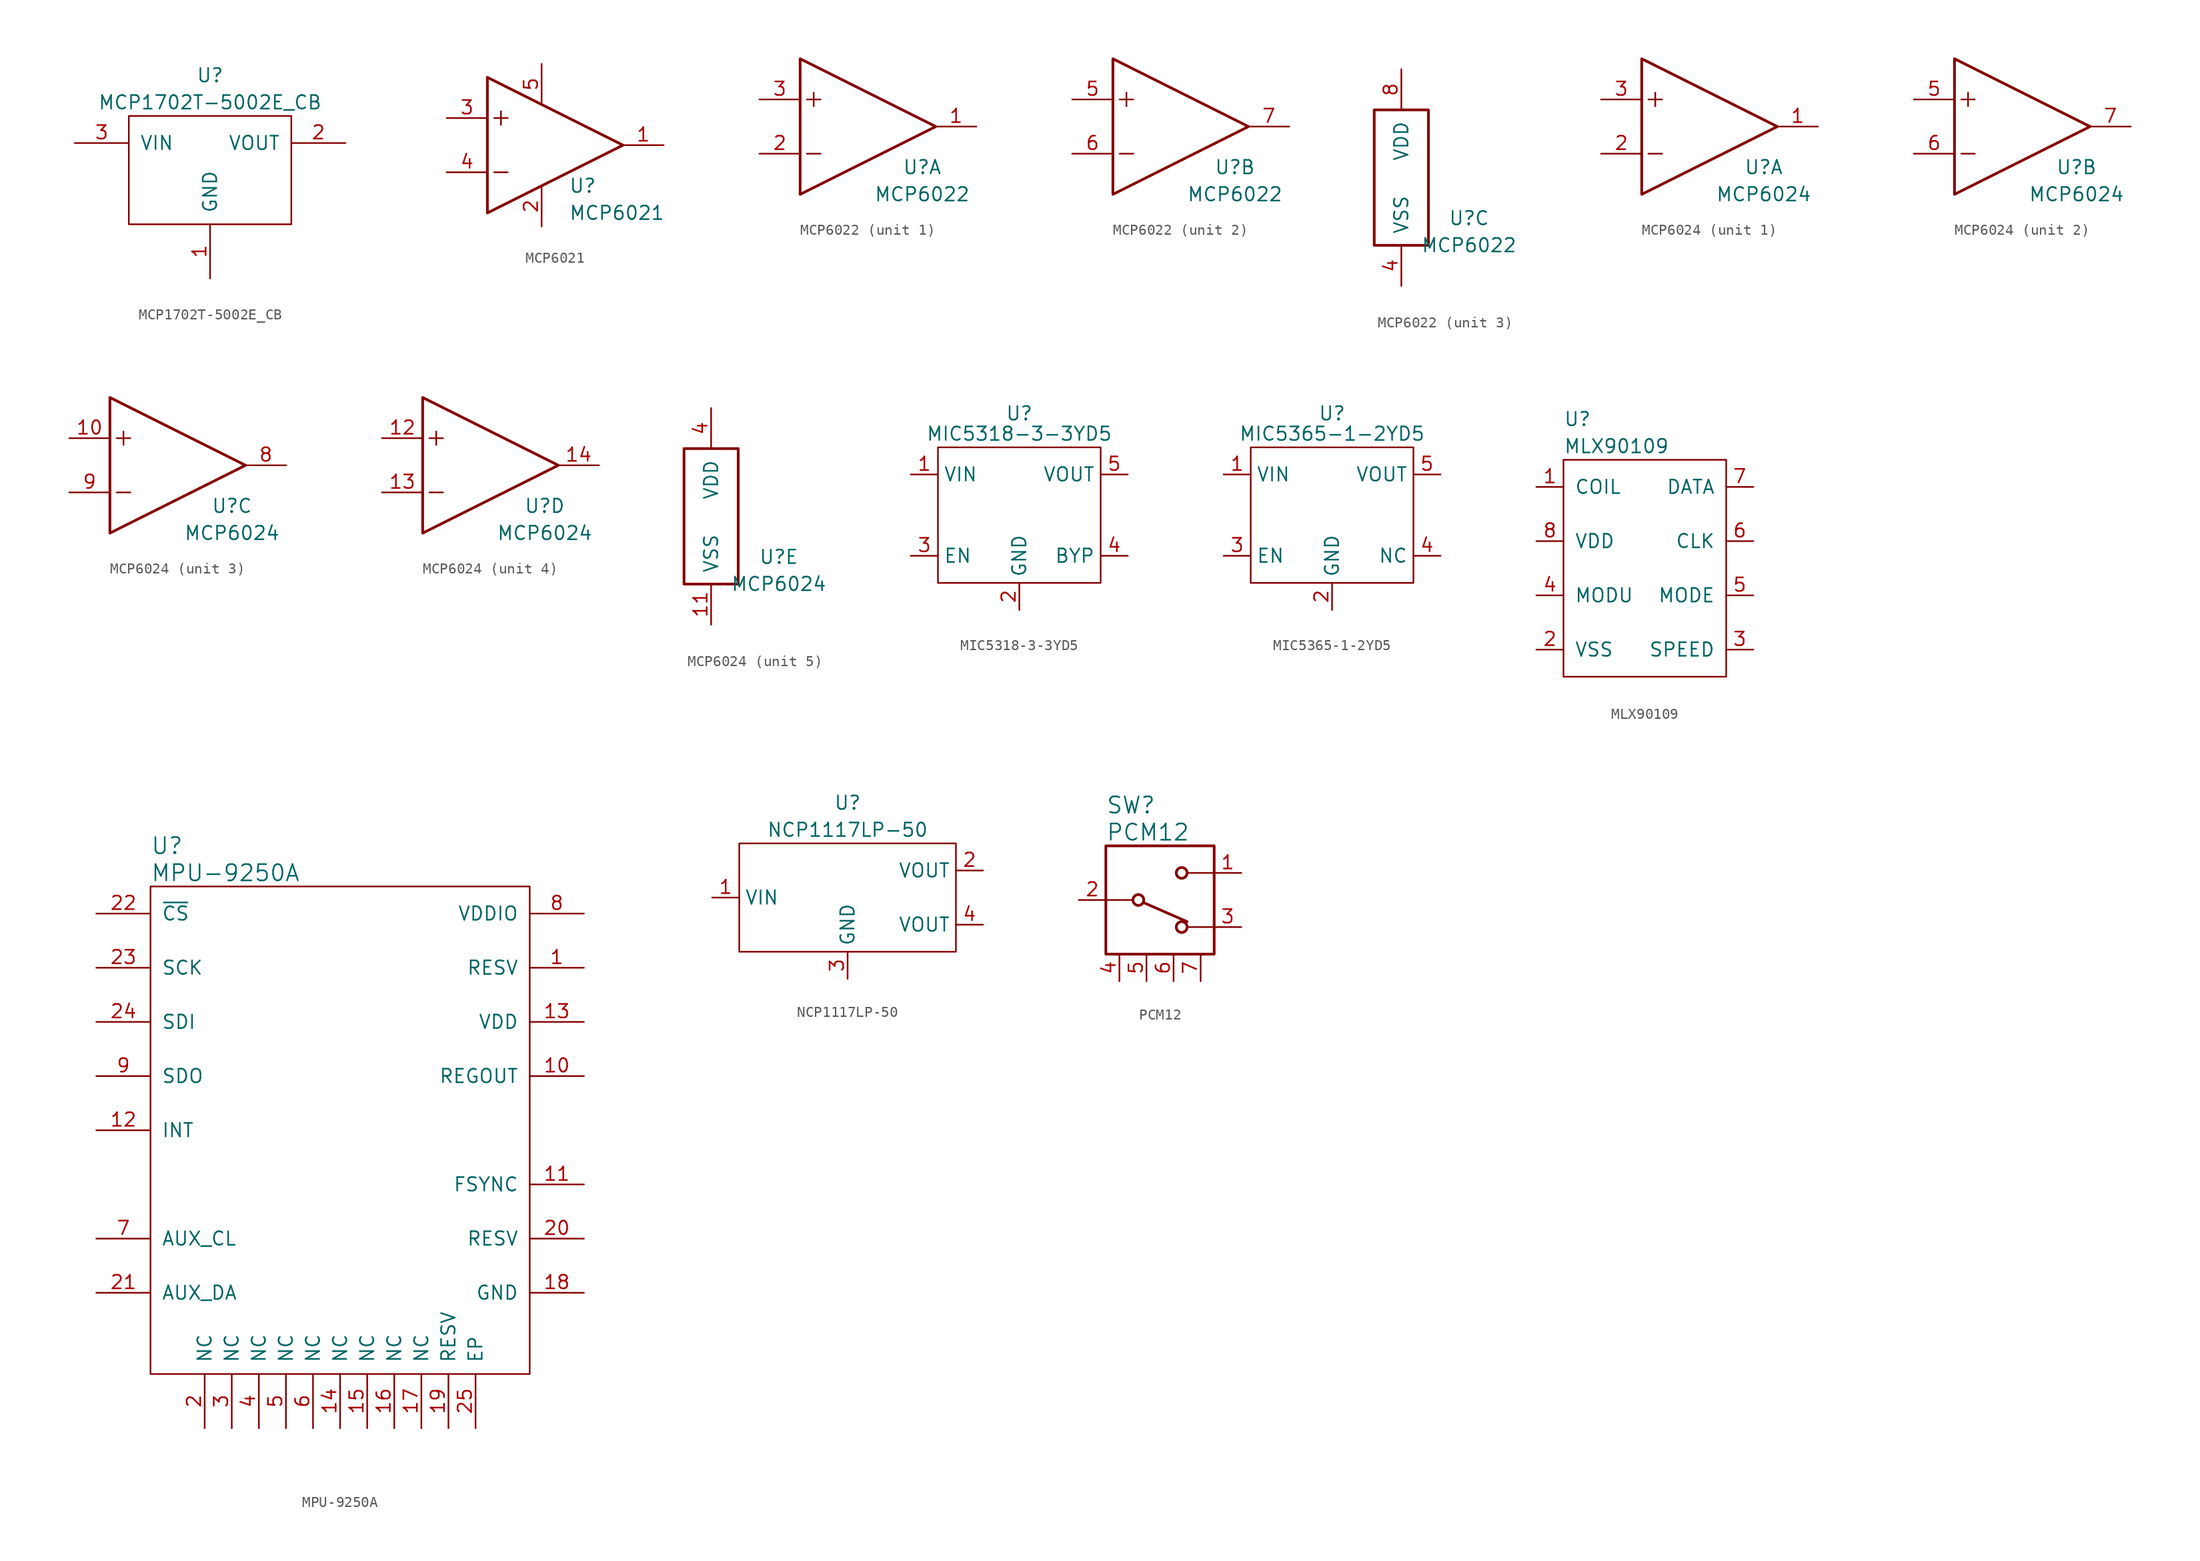
<source format=kicad_sym>
(kicad_symbol_lib
  (version 20231120)
  (generator "kicad_symbol_editor")
  (generator_version "8.0")
  (symbol "MCP1702T-5002E_CB"
    (pin_names
      (offset 1.016))
    (property "Reference" "U"
      (at 0 8.89 0)
      (effects (font (size 1.27 1.27))))
    (property "Value" "MCP1702T-5002E_CB"
      (at 0 6.35 0)
      (effects (font (size 1.27 1.27))))
    (symbol "MCP1702T-5002E_CB_0_1"
      (rectangle (start -7.62 5.08) (end 7.62 -5.08) (stroke (width 0) (type default)) (fill (type none))))
    (symbol "MCP1702T-5002E_CB_1_1"
      (pin input line (at 0 -10.16 90) (length 5.08) (name "GND" (effects (font (size 1.27 1.27)))) (number "1" (effects (font (size 1.27 1.27)))))
      (pin input line (at 12.7 2.54 180) (length 5.08) (name "VOUT" (effects (font (size 1.27 1.27)))) (number "2" (effects (font (size 1.27 1.27)))))
      (pin input line (at -12.7 2.54 0) (length 5.08) (name "VIN" (effects (font (size 1.27 1.27)))) (number "3" (effects (font (size 1.27 1.27)))))))
  (symbol "MCP6021"
    (property "Reference" "U"
      (at 2.54 -3.81 0)
      (effects (font (size 1.27 1.27)) (justify left)))
    (property "Value" "MCP6021"
      (at 2.54 -6.35 0)
      (effects (font (size 1.27 1.27)) (justify left)))
    (symbol "MCP6021_0_1"
      (polyline (pts (xy -4.445 -2.54) (xy -3.175 -2.54)) (stroke (width 0) (type default)) (fill (type none)))
      (polyline (pts (xy -4.445 2.54) (xy -3.175 2.54)) (stroke (width 0) (type default)) (fill (type none)))
      (polyline (pts (xy -3.81 3.175) (xy -3.81 1.905)) (stroke (width 0) (type default)) (fill (type none)))
      (polyline (pts (xy -5.08 6.35) (xy 7.62 0) (xy -5.08 -6.35) (xy -5.08 6.35)) (stroke (width 0.254) (type default)) (fill (type none)))
      (pin power_in line (at 0 -7.62 90) (length 3.81) (name "~" (effects (font (size 1.27 1.27)))) (number "2" (effects (font (size 1.27 1.27)))))
      (pin power_in line (at 0 7.62 270) (length 3.81) (name "~" (effects (font (size 1.27 1.27)))) (number "5" (effects (font (size 1.27 1.27))))))
    (symbol "MCP6021_1_1"
      (pin output line (at 11.43 0 180) (length 3.81) (name "~" (effects (font (size 1.27 1.27)))) (number "1" (effects (font (size 1.27 1.27)))))
      (pin input line (at -8.89 2.54 0) (length 3.81) (name "~" (effects (font (size 1.905 1.905)))) (number "3" (effects (font (size 1.27 1.27)))))
      (pin input line (at -8.89 -2.54 0) (length 3.81) (name "~" (effects (font (size 1.905 1.905)))) (number "4" (effects (font (size 1.27 1.27)))))))
  (symbol "MCP6022"
    (pin_names
      (offset 1.016))
    (property "Reference" "U"
      (at 6.35 -3.81 0)
      (effects (font (size 1.27 1.27))))
    (property "Value" "MCP6022"
      (at 6.35 -6.35 0)
      (effects (font (size 1.27 1.27))))
    (property "ki_locked" ""
      (at 0 0 0)
      (effects (font (size 1.27 1.27))))
    (symbol "MCP6022_1_1"
      (polyline (pts (xy -4.445 -2.54) (xy -3.175 -2.54)) (stroke (width 0) (type default)) (fill (type none)))
      (polyline (pts (xy -4.445 2.54) (xy -3.175 2.54)) (stroke (width 0) (type default)) (fill (type none)))
      (polyline (pts (xy -3.81 3.175) (xy -3.81 1.905)) (stroke (width 0) (type default)) (fill (type none)))
      (polyline (pts (xy -5.08 0) (xy -5.08 6.35) (xy 7.62 0) (xy -5.08 -6.35) (xy -5.08 0)) (stroke (width 0.254) (type default)) (fill (type none)))
      (pin output line (at 11.43 0 180) (length 3.81) (name "~" (effects (font (size 1.27 1.27)))) (number "1" (effects (font (size 1.27 1.27)))))
      (pin input line (at -8.89 -2.54 0) (length 3.81) (name "~" (effects (font (size 1.27 1.27)))) (number "2" (effects (font (size 1.27 1.27)))))
      (pin input line (at -8.89 2.54 0) (length 3.81) (name "~" (effects (font (size 1.27 1.27)))) (number "3" (effects (font (size 1.27 1.27))))))
    (symbol "MCP6022_2_1"
      (polyline (pts (xy -4.445 -2.54) (xy -3.175 -2.54)) (stroke (width 0) (type default)) (fill (type none)))
      (polyline (pts (xy -4.445 2.54) (xy -3.175 2.54)) (stroke (width 0) (type default)) (fill (type none)))
      (polyline (pts (xy -3.81 3.175) (xy -3.81 1.905)) (stroke (width 0) (type default)) (fill (type none)))
      (polyline (pts (xy -5.08 0) (xy -5.08 6.35) (xy 7.62 0) (xy -5.08 -6.35) (xy -5.08 0)) (stroke (width 0.254) (type default)) (fill (type none)))
      (pin output line (at -8.89 2.54 0) (length 3.81) (name "~" (effects (font (size 1.27 1.27)))) (number "5" (effects (font (size 1.27 1.27)))))
      (pin output line (at -8.89 -2.54 0) (length 3.81) (name "~" (effects (font (size 1.27 1.27)))) (number "6" (effects (font (size 1.27 1.27)))))
      (pin output line (at 11.43 0 180) (length 3.81) (name "~" (effects (font (size 1.27 1.27)))) (number "7" (effects (font (size 1.27 1.27))))))
    (symbol "MCP6022_3_1"
      (rectangle (start 2.54 -6.35) (end -2.54 6.35) (stroke (width 0.254) (type default)) (fill (type none)))
      (pin power_in line (at 0 -10.16 90) (length 3.81) (name "VSS" (effects (font (size 1.27 1.27)))) (number "4" (effects (font (size 1.27 1.27)))))
      (pin power_in line (at 0 10.16 270) (length 3.81) (name "VDD" (effects (font (size 1.27 1.27)))) (number "8" (effects (font (size 1.27 1.27)))))))
  (symbol "MCP6024"
    (pin_names
      (offset 1.016))
    (property "Reference" "U"
      (at 6.35 -3.81 0)
      (effects (font (size 1.27 1.27))))
    (property "Value" "MCP6024"
      (at 6.35 -6.35 0)
      (effects (font (size 1.27 1.27))))
    (property "ki_locked" ""
      (at 0 0 0)
      (effects (font (size 1.27 1.27))))
    (symbol "MCP6024_1_1"
      (polyline (pts (xy -4.445 -2.54) (xy -3.175 -2.54)) (stroke (width 0) (type default)) (fill (type none)))
      (polyline (pts (xy -4.445 2.54) (xy -3.175 2.54)) (stroke (width 0) (type default)) (fill (type none)))
      (polyline (pts (xy -3.81 3.175) (xy -3.81 1.905)) (stroke (width 0) (type default)) (fill (type none)))
      (polyline (pts (xy -5.08 0) (xy -5.08 6.35) (xy 7.62 0) (xy -5.08 -6.35) (xy -5.08 0)) (stroke (width 0.254) (type default)) (fill (type none)))
      (pin output line (at 11.43 0 180) (length 3.81) (name "~" (effects (font (size 1.27 1.27)))) (number "1" (effects (font (size 1.27 1.27)))))
      (pin input line (at -8.89 -2.54 0) (length 3.81) (name "~" (effects (font (size 1.27 1.27)))) (number "2" (effects (font (size 1.27 1.27)))))
      (pin input line (at -8.89 2.54 0) (length 3.81) (name "~" (effects (font (size 1.27 1.27)))) (number "3" (effects (font (size 1.27 1.27))))))
    (symbol "MCP6024_2_1"
      (polyline (pts (xy -4.445 -2.54) (xy -3.175 -2.54)) (stroke (width 0) (type default)) (fill (type none)))
      (polyline (pts (xy -4.445 2.54) (xy -3.175 2.54)) (stroke (width 0) (type default)) (fill (type none)))
      (polyline (pts (xy -3.81 3.175) (xy -3.81 1.905)) (stroke (width 0) (type default)) (fill (type none)))
      (polyline (pts (xy -5.08 0) (xy -5.08 6.35) (xy 7.62 0) (xy -5.08 -6.35) (xy -5.08 0)) (stroke (width 0.254) (type default)) (fill (type none)))
      (pin output line (at -8.89 2.54 0) (length 3.81) (name "~" (effects (font (size 1.27 1.27)))) (number "5" (effects (font (size 1.27 1.27)))))
      (pin output line (at -8.89 -2.54 0) (length 3.81) (name "~" (effects (font (size 1.27 1.27)))) (number "6" (effects (font (size 1.27 1.27)))))
      (pin output line (at 11.43 0 180) (length 3.81) (name "~" (effects (font (size 1.27 1.27)))) (number "7" (effects (font (size 1.27 1.27))))))
    (symbol "MCP6024_3_1"
      (polyline (pts (xy -4.445 -2.54) (xy -3.175 -2.54)) (stroke (width 0) (type default)) (fill (type none)))
      (polyline (pts (xy -4.445 2.54) (xy -3.175 2.54)) (stroke (width 0) (type default)) (fill (type none)))
      (polyline (pts (xy -3.81 3.175) (xy -3.81 1.905)) (stroke (width 0) (type default)) (fill (type none)))
      (polyline (pts (xy -5.08 0) (xy -5.08 6.35) (xy 7.62 0) (xy -5.08 -6.35) (xy -5.08 0)) (stroke (width 0.254) (type default)) (fill (type none)))
      (pin input line (at -8.89 2.54 0) (length 3.81) (name "~" (effects (font (size 1.27 1.27)))) (number "10" (effects (font (size 1.27 1.27)))))
      (pin output line (at 11.43 0 180) (length 3.81) (name "~" (effects (font (size 1.27 1.27)))) (number "8" (effects (font (size 1.27 1.27)))))
      (pin input line (at -8.89 -2.54 0) (length 3.81) (name "~" (effects (font (size 1.27 1.27)))) (number "9" (effects (font (size 1.27 1.27))))))
    (symbol "MCP6024_4_1"
      (polyline (pts (xy -4.445 -2.54) (xy -3.175 -2.54)) (stroke (width 0) (type default)) (fill (type none)))
      (polyline (pts (xy -4.445 2.54) (xy -3.175 2.54)) (stroke (width 0) (type default)) (fill (type none)))
      (polyline (pts (xy -3.81 3.175) (xy -3.81 1.905)) (stroke (width 0) (type default)) (fill (type none)))
      (polyline (pts (xy -5.08 0) (xy -5.08 6.35) (xy 7.62 0) (xy -5.08 -6.35) (xy -5.08 0)) (stroke (width 0.254) (type default)) (fill (type none)))
      (pin input line (at -8.89 2.54 0) (length 3.81) (name "~" (effects (font (size 1.27 1.27)))) (number "12" (effects (font (size 1.27 1.27)))))
      (pin input line (at -8.89 -2.54 0) (length 3.81) (name "~" (effects (font (size 1.27 1.27)))) (number "13" (effects (font (size 1.27 1.27)))))
      (pin output line (at 11.43 0 180) (length 3.81) (name "~" (effects (font (size 1.27 1.27)))) (number "14" (effects (font (size 1.27 1.27))))))
    (symbol "MCP6024_5_1"
      (rectangle (start 2.54 -6.35) (end -2.54 6.35) (stroke (width 0.254) (type default)) (fill (type none)))
      (pin power_in line (at 0 -10.16 90) (length 3.81) (name "VSS" (effects (font (size 1.27 1.27)))) (number "11" (effects (font (size 1.27 1.27)))))
      (pin power_in line (at 0 10.16 270) (length 3.81) (name "VDD" (effects (font (size 1.27 1.27)))) (number "4" (effects (font (size 1.27 1.27)))))))
  (symbol "MIC5318-3-3YD5"
    (property "Reference" "U"
      (at 0 9.525 0)
      (effects (font (size 1.27 1.27))))
    (property "Value" "MIC5318-3-3YD5"
      (at 0 7.62 0)
      (effects (font (size 1.27 1.27))))
    (symbol "MIC5318-3-3YD5_0_1"
      (rectangle (start -7.62 6.35) (end 7.62 -6.35) (stroke (width 0) (type default)) (fill (type none))))
    (symbol "MIC5318-3-3YD5_1_1"
      (pin power_in line (at -10.16 3.81 0) (length 2.54) (name "VIN" (effects (font (size 1.27 1.27)))) (number "1" (effects (font (size 1.27 1.27)))))
      (pin power_in line (at 0 -8.89 90) (length 2.54) (name "GND" (effects (font (size 1.27 1.27)))) (number "2" (effects (font (size 1.27 1.27)))))
      (pin input line (at -10.16 -3.81 0) (length 2.54) (name "EN" (effects (font (size 1.27 1.27)))) (number "3" (effects (font (size 1.27 1.27)))))
      (pin input line (at 10.16 -3.81 180) (length 2.54) (name "BYP" (effects (font (size 1.27 1.27)))) (number "4" (effects (font (size 1.27 1.27)))))
      (pin power_out line (at 10.16 3.81 180) (length 2.54) (name "VOUT" (effects (font (size 1.27 1.27)))) (number "5" (effects (font (size 1.27 1.27)))))))
  (symbol "MIC5365-1-2YD5"
    (property "Reference" "U"
      (at 0 9.525 0)
      (effects (font (size 1.27 1.27))))
    (property "Value" "MIC5365-1-2YD5"
      (at 0 7.62 0)
      (effects (font (size 1.27 1.27))))
    (symbol "MIC5365-1-2YD5_0_1"
      (rectangle (start -7.62 6.35) (end 7.62 -6.35) (stroke (width 0) (type default)) (fill (type none))))
    (symbol "MIC5365-1-2YD5_1_1"
      (pin power_in line (at -10.16 3.81 0) (length 2.54) (name "VIN" (effects (font (size 1.27 1.27)))) (number "1" (effects (font (size 1.27 1.27)))))
      (pin power_in line (at 0 -8.89 90) (length 2.54) (name "GND" (effects (font (size 1.27 1.27)))) (number "2" (effects (font (size 1.27 1.27)))))
      (pin input line (at -10.16 -3.81 0) (length 2.54) (name "EN" (effects (font (size 1.27 1.27)))) (number "3" (effects (font (size 1.27 1.27)))))
      (pin input line (at 10.16 -3.81 180) (length 2.54) (name "NC" (effects (font (size 1.27 1.27)))) (number "4" (effects (font (size 1.27 1.27)))))
      (pin power_out line (at 10.16 3.81 180) (length 2.54) (name "VOUT" (effects (font (size 1.27 1.27)))) (number "5" (effects (font (size 1.27 1.27)))))))
  (symbol "MLX90109"
    (pin_names
      (offset 1.016))
    (property "Reference" "U"
      (at -7.62 13.97 0)
      (effects (font (size 1.27 1.27)) (justify left)))
    (property "Value" "MLX90109"
      (at -7.62 11.43 0)
      (effects (font (size 1.27 1.27)) (justify left)))
    (symbol "MLX90109_0_1"
      (rectangle (start -7.62 10.16) (end 7.62 -10.16) (stroke (width 0) (type default)) (fill (type none))))
    (symbol "MLX90109_1_1"
      (pin input line (at -10.16 7.62 0) (length 2.54) (name "COIL" (effects (font (size 1.27 1.27)))) (number "1" (effects (font (size 1.27 1.27)))))
      (pin input line (at -10.16 -7.62 0) (length 2.54) (name "VSS" (effects (font (size 1.27 1.27)))) (number "2" (effects (font (size 1.27 1.27)))))
      (pin input line (at 10.16 -7.62 180) (length 2.54) (name "SPEED" (effects (font (size 1.27 1.27)))) (number "3" (effects (font (size 1.27 1.27)))))
      (pin input line (at -10.16 -2.54 0) (length 2.54) (name "MODU" (effects (font (size 1.27 1.27)))) (number "4" (effects (font (size 1.27 1.27)))))
      (pin input line (at 10.16 -2.54 180) (length 2.54) (name "MODE" (effects (font (size 1.27 1.27)))) (number "5" (effects (font (size 1.27 1.27)))))
      (pin input line (at 10.16 2.54 180) (length 2.54) (name "CLK" (effects (font (size 1.27 1.27)))) (number "6" (effects (font (size 1.27 1.27)))))
      (pin input line (at 10.16 7.62 180) (length 2.54) (name "DATA" (effects (font (size 1.27 1.27)))) (number "7" (effects (font (size 1.27 1.27)))))
      (pin input line (at -10.16 2.54 0) (length 2.54) (name "VDD" (effects (font (size 1.27 1.27)))) (number "8" (effects (font (size 1.27 1.27)))))))
  (symbol "MPU-9250A"
    (pin_names
      (offset 1.016))
    (property "Reference" "U"
      (at -17.78 26.67 0)
      (effects (font (size 1.524 1.524)) (justify left)))
    (property "Value" "MPU-9250A"
      (at -17.78 24.13 0)
      (effects (font (size 1.524 1.524)) (justify left)))
    (symbol "MPU-9250A_0_1"
      (rectangle (start -17.78 22.86) (end 17.78 -22.86) (stroke (width 0) (type default)) (fill (type none))))
    (symbol "MPU-9250A_1_1"
      (pin input line (at 22.86 15.24 180) (length 5.08) (name "RESV" (effects (font (size 1.27 1.27)))) (number "1" (effects (font (size 1.27 1.27)))))
      (pin input line (at 22.86 5.08 180) (length 5.08) (name "REGOUT" (effects (font (size 1.27 1.27)))) (number "10" (effects (font (size 1.27 1.27)))))
      (pin input line (at 22.86 -5.08 180) (length 5.08) (name "FSYNC" (effects (font (size 1.27 1.27)))) (number "11" (effects (font (size 1.27 1.27)))))
      (pin input line (at -22.86 0 0) (length 5.08) (name "INT" (effects (font (size 1.27 1.27)))) (number "12" (effects (font (size 1.27 1.27)))))
      (pin input line (at 22.86 10.16 180) (length 5.08) (name "VDD" (effects (font (size 1.27 1.27)))) (number "13" (effects (font (size 1.27 1.27)))))
      (pin input line (at 0 -27.94 90) (length 5.08) (name "NC" (effects (font (size 1.27 1.27)))) (number "14" (effects (font (size 1.27 1.27)))))
      (pin input line (at 2.54 -27.94 90) (length 5.08) (name "NC" (effects (font (size 1.27 1.27)))) (number "15" (effects (font (size 1.27 1.27)))))
      (pin input line (at 5.08 -27.94 90) (length 5.08) (name "NC" (effects (font (size 1.27 1.27)))) (number "16" (effects (font (size 1.27 1.27)))))
      (pin input line (at 7.62 -27.94 90) (length 5.08) (name "NC" (effects (font (size 1.27 1.27)))) (number "17" (effects (font (size 1.27 1.27)))))
      (pin input line (at 22.86 -15.24 180) (length 5.08) (name "GND" (effects (font (size 1.27 1.27)))) (number "18" (effects (font (size 1.27 1.27)))))
      (pin input line (at 10.16 -27.94 90) (length 5.08) (name "RESV" (effects (font (size 1.27 1.27)))) (number "19" (effects (font (size 1.27 1.27)))))
      (pin input line (at -12.7 -27.94 90) (length 5.08) (name "NC" (effects (font (size 1.27 1.27)))) (number "2" (effects (font (size 1.27 1.27)))))
      (pin input line (at 22.86 -10.16 180) (length 5.08) (name "RESV" (effects (font (size 1.27 1.27)))) (number "20" (effects (font (size 1.27 1.27)))))
      (pin input line (at -22.86 -15.24 0) (length 5.08) (name "AUX_DA" (effects (font (size 1.27 1.27)))) (number "21" (effects (font (size 1.27 1.27)))))
      (pin input line (at -22.86 20.32 0) (length 5.08) (name "~{CS}" (effects (font (size 1.27 1.27)))) (number "22" (effects (font (size 1.27 1.27)))))
      (pin input line (at -22.86 15.24 0) (length 5.08) (name "SCK" (effects (font (size 1.27 1.27)))) (number "23" (effects (font (size 1.27 1.27)))))
      (pin input line (at -22.86 10.16 0) (length 5.08) (name "SDI" (effects (font (size 1.27 1.27)))) (number "24" (effects (font (size 1.27 1.27)))))
      (pin input line (at 12.7 -27.94 90) (length 5.08) (name "EP" (effects (font (size 1.27 1.27)))) (number "25" (effects (font (size 1.27 1.27)))))
      (pin input line (at -10.16 -27.94 90) (length 5.08) (name "NC" (effects (font (size 1.27 1.27)))) (number "3" (effects (font (size 1.27 1.27)))))
      (pin input line (at -7.62 -27.94 90) (length 5.08) (name "NC" (effects (font (size 1.27 1.27)))) (number "4" (effects (font (size 1.27 1.27)))))
      (pin input line (at -5.08 -27.94 90) (length 5.08) (name "NC" (effects (font (size 1.27 1.27)))) (number "5" (effects (font (size 1.27 1.27)))))
      (pin input line (at -2.54 -27.94 90) (length 5.08) (name "NC" (effects (font (size 1.27 1.27)))) (number "6" (effects (font (size 1.27 1.27)))))
      (pin input line (at -22.86 -10.16 0) (length 5.08) (name "AUX_CL" (effects (font (size 1.27 1.27)))) (number "7" (effects (font (size 1.27 1.27)))))
      (pin input line (at 22.86 20.32 180) (length 5.08) (name "VDDIO" (effects (font (size 1.27 1.27)))) (number "8" (effects (font (size 1.27 1.27)))))
      (pin input line (at -22.86 5.08 0) (length 5.08) (name "SDO" (effects (font (size 1.27 1.27)))) (number "9" (effects (font (size 1.27 1.27)))))))
  (symbol "NCP1117LP-50"
    (property "Reference" "U"
      (at 0 8.89 0)
      (effects (font (size 1.27 1.27))))
    (property "Value" "NCP1117LP-50"
      (at 0 6.35 0)
      (effects (font (size 1.27 1.27))))
    (symbol "NCP1117LP-50_0_1"
      (rectangle (start -10.16 5.08) (end 10.16 -5.08) (stroke (width 0) (type default)) (fill (type none))))
    (symbol "NCP1117LP-50_1_1"
      (pin power_in line (at -12.7 0 0) (length 2.54) (name "VIN" (effects (font (size 1.27 1.27)))) (number "1" (effects (font (size 1.27 1.27)))))
      (pin power_out line (at 12.7 2.54 180) (length 2.54) (name "VOUT" (effects (font (size 1.27 1.27)))) (number "2" (effects (font (size 1.27 1.27)))))
      (pin power_in line (at 0 -7.62 90) (length 2.54) (name "GND" (effects (font (size 1.27 1.27)))) (number "3" (effects (font (size 1.27 1.27)))))
      (pin power_out line (at 12.7 -2.54 180) (length 2.54) (name "VOUT" (effects (font (size 1.27 1.27)))) (number "4" (effects (font (size 1.27 1.27)))))))
  (symbol "PCM12"
    (pin_names
      (offset 1.016))
    (property "Reference" "SW"
      (at -5.08 8.89 0)
      (effects (font (size 1.524 1.524)) (justify left)))
    (property "Value" "PCM12"
      (at -5.08 6.35 0)
      (effects (font (size 1.524 1.524)) (justify left)))
    (symbol "PCM12_0_1"
      (circle (center -2.032 0) (radius 0.508) (stroke (width 0.254) (type default)) (fill (type none)))
      (polyline (pts (xy -5.08 0) (xy -2.54 0)) (stroke (width 0) (type default)) (fill (type none)))
      (polyline (pts (xy -1.524 -0.254) (xy 2.54 -2.032)) (stroke (width 0.254) (type default)) (fill (type none)))
      (polyline (pts (xy 5.08 -2.54) (xy 2.54 -2.54)) (stroke (width 0) (type default)) (fill (type none)))
      (polyline (pts (xy 5.08 2.54) (xy 2.54 2.54)) (stroke (width 0) (type default)) (fill (type none)))
      (polyline (pts (xy 5.08 5.08) (xy 5.08 -5.08) (xy -5.08 -5.08) (xy -5.08 5.08) (xy 5.08 5.08)) (stroke (width 0.254) (type default)) (fill (type none)))
      (circle (center 2.032 -2.54) (radius 0.508) (stroke (width 0.254) (type default)) (fill (type none)))
      (circle (center 2.032 2.54) (radius 0.508) (stroke (width 0.254) (type default)) (fill (type none))))
    (symbol "PCM12_1_1"
      (pin input line (at 7.62 2.54 180) (length 2.54) (name "~" (effects (font (size 1.27 1.27)))) (number "1" (effects (font (size 1.27 1.27)))))
      (pin input line (at -7.62 0 0) (length 2.54) (name "~" (effects (font (size 1.27 1.27)))) (number "2" (effects (font (size 1.27 1.27)))))
      (pin input line (at 7.62 -2.54 180) (length 2.54) (name "~" (effects (font (size 1.27 1.27)))) (number "3" (effects (font (size 1.27 1.27)))))
      (pin input line (at -3.81 -7.62 90) (length 2.54) (name "~" (effects (font (size 1.27 1.27)))) (number "4" (effects (font (size 1.27 1.27)))))
      (pin input line (at -1.27 -7.62 90) (length 2.54) (name "~" (effects (font (size 1.27 1.27)))) (number "5" (effects (font (size 1.27 1.27)))))
      (pin input line (at 1.27 -7.62 90) (length 2.54) (name "~" (effects (font (size 1.27 1.27)))) (number "6" (effects (font (size 1.27 1.27)))))
      (pin input line (at 3.81 -7.62 90) (length 2.54) (name "~" (effects (font (size 1.27 1.27)))) (number "7" (effects (font (size 1.27 1.27))))))))
</source>
